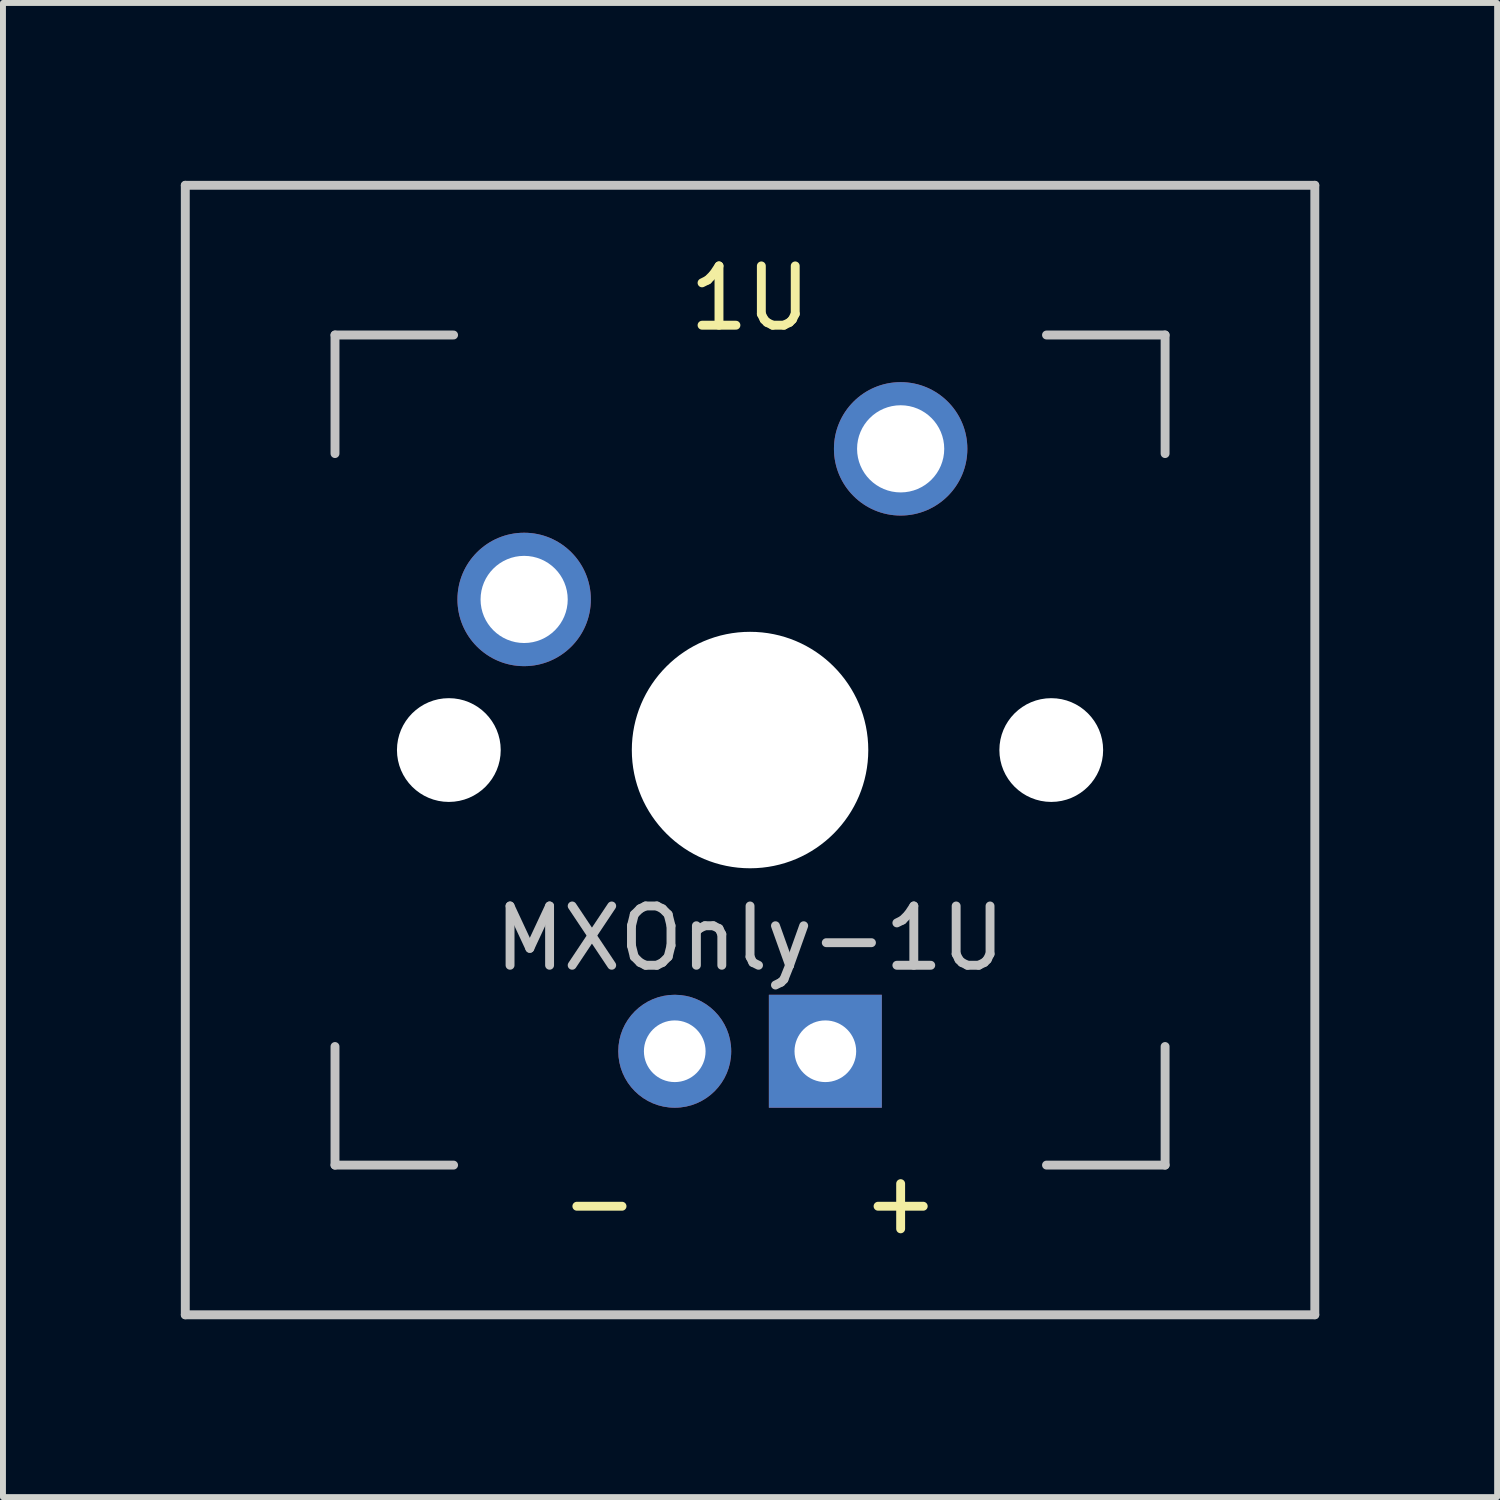
<source format=kicad_pcb>
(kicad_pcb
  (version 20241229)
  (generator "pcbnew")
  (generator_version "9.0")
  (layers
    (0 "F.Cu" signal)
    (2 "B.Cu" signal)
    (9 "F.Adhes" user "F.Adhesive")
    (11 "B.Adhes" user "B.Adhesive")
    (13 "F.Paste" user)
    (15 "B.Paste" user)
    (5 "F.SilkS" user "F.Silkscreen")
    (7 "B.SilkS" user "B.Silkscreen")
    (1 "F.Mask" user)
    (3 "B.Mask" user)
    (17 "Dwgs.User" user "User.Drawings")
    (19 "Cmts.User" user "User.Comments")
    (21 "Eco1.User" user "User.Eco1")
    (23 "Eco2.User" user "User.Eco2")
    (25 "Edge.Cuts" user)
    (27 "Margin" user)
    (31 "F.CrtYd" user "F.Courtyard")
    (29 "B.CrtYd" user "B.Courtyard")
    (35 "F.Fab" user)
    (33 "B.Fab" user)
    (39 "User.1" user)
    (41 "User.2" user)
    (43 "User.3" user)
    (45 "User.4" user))
  (footprint "MXOnly-1U"
    (layer "F.Cu")
    (at 9.6 9.6)
    (property "Reference" "MXOnly-1U" (at 0 3.175 0) (layer "Dwgs.User") (effects (font (size 1 1) (thickness 0.15))))
    (attr through_hole)
    (fp_line (start -9.525 -9.525) (end 9.525 -9.525) (stroke (width 0.15) (type solid)) (layer "Dwgs.User"))
    (fp_line (start -9.525 9.525) (end -9.525 -9.525) (stroke (width 0.15) (type solid)) (layer "Dwgs.User"))
    (fp_line (start -7 -7) (end -7 -5) (stroke (width 0.15) (type solid)) (layer "Dwgs.User"))
    (fp_line (start -7 5) (end -7 7) (stroke (width 0.15) (type solid)) (layer "Dwgs.User"))
    (fp_line (start -7 7) (end -5 7) (stroke (width 0.15) (type solid)) (layer "Dwgs.User"))
    (fp_line (start -5 -7) (end -7 -7) (stroke (width 0.15) (type solid)) (layer "Dwgs.User"))
    (fp_line (start 5 -7) (end 7 -7) (stroke (width 0.15) (type solid)) (layer "Dwgs.User"))
    (fp_line (start 5 7) (end 7 7) (stroke (width 0.15) (type solid)) (layer "Dwgs.User"))
    (fp_line (start 7 -7) (end 7 -5) (stroke (width 0.15) (type solid)) (layer "Dwgs.User"))
    (fp_line (start 7 7) (end 7 5) (stroke (width 0.15) (type solid)) (layer "Dwgs.User"))
    (fp_line (start 9.525 -9.525) (end 9.525 9.525) (stroke (width 0.15) (type solid)) (layer "Dwgs.User"))
    (fp_line (start 9.525 9.525) (end -9.525 9.525) (stroke (width 0.15) (type solid)) (layer "Dwgs.User"))
    (fp_text user "1U" (at 0 -7.62 0) (unlocked yes) (layer "F.SilkS") (effects (font (size 1 1) (thickness 0.15))))
    (fp_text user "-" (at -2.54 7.62 0) (unlocked yes) (layer "F.SilkS") (effects (font (size 1 1) (thickness 0.15))))
    (fp_text user "+" (at 2.54 7.62 0) (unlocked yes) (layer "F.SilkS") (effects (font (size 1 1) (thickness 0.15))))
    (pad "" np_thru_hole circle (at -5.08 0 48.1) (size 1.75 1.75) (drill 1.75) (layers "*.Cu" "*.Mask"))
    (pad "" np_thru_hole circle (at 0 0) (size 3.988 3.988) (drill 3.988) (layers "*.Cu" "*.Mask"))
    (pad "" np_thru_hole circle (at 5.08 0 48.1) (size 1.75 1.75) (drill 1.75) (layers "*.Cu" "*.Mask"))
    (pad "1" thru_hole circle (at -3.81 -2.54) (size 2.25 2.25) (drill 1.47) (layers "*.Cu" "B.Mask"))
    (pad "2" thru_hole circle (at 2.54 -5.08) (size 2.25 2.25) (drill 1.47) (layers "*.Cu" "B.Mask"))
    (pad "3" thru_hole circle (at -1.27 5.08) (size 1.905 1.905) (drill 1.04) (layers "*.Cu" "B.Mask"))
    (pad "4" thru_hole rect (at 1.27 5.08) (size 1.905 1.905) (drill 1.04) (layers "*.Cu" "B.Mask")))
  (gr_rect
    (start -3 -3)
    (end 22.2 22.2)
    (stroke (width 0.1) (type default))
    (fill no)
    (layer "Edge.Cuts")))
</source>
